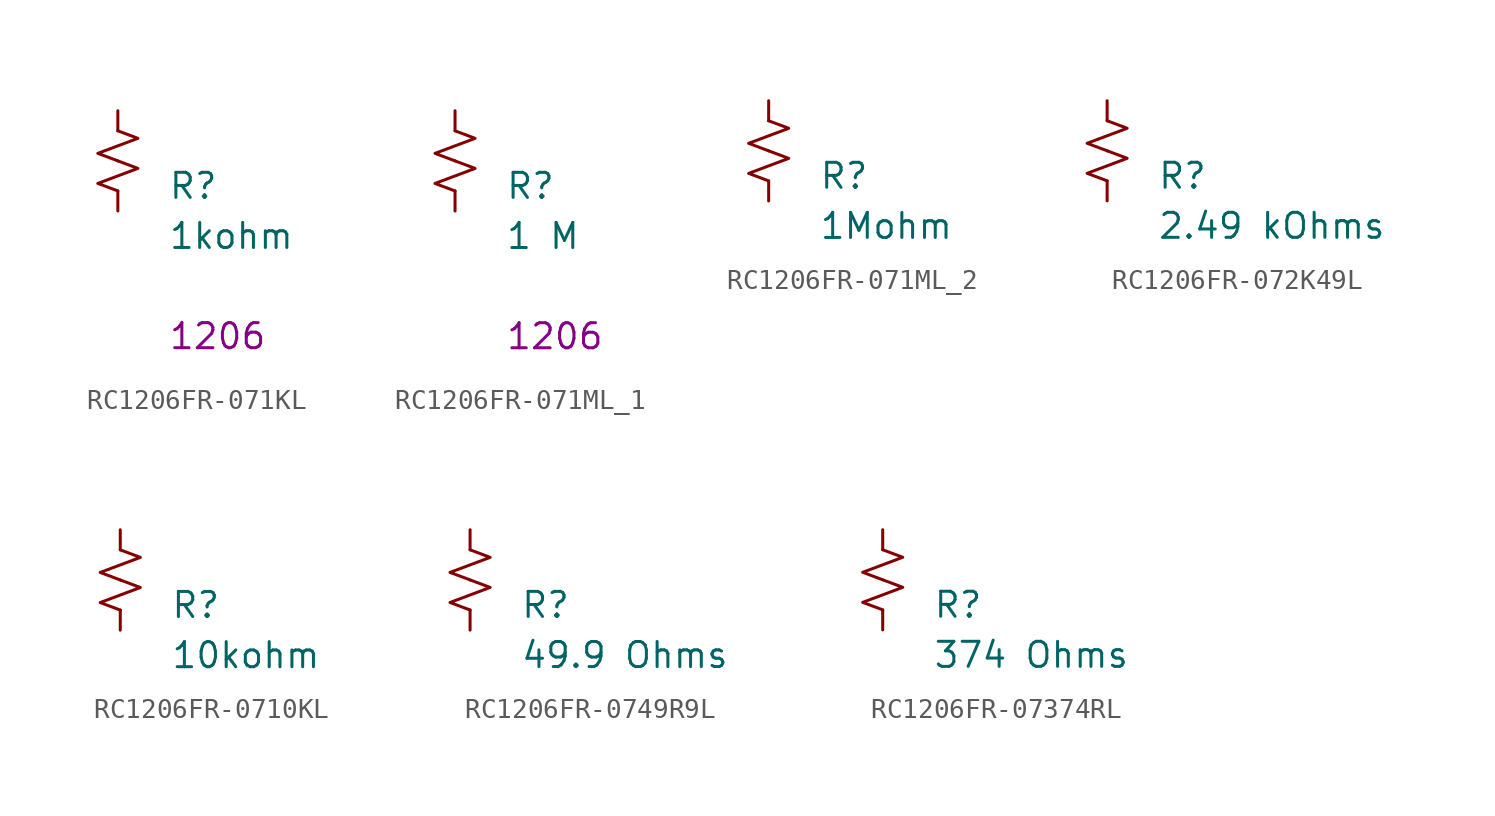
<source format=kicad_sym>
(kicad_symbol_lib
  (version 20231120)
  (generator "kicad_symbol_editor")
  (generator_version "8.0")
  (symbol "RC1206FR-071KL"
    (pin_numbers hide)
    (pin_names
      (offset 0.254) hide)
    (property "Reference" "R"
      (at 2.54 -1.27 0)
      (effects (font (size 1.27 1.27)) (justify left)))
    (property "Value" "1kohm"
      (at 2.54 -3.81 0)
      (effects (font (size 1.27 1.27)) (justify left)))
    (property "Chip Set" "1206"
      (at 2.54 -8.89 0)
      (effects (font (size 1.27 1.27)) (justify left)))
    (symbol "RC1206FR-071KL_1_1"
      (polyline (pts (xy 0 0) (xy 1.016 -0.381) (xy 0 -0.762) (xy -1.016 -1.143) (xy 0 -1.524)) (stroke (width 0) (type default)) (fill (type none)))
      (polyline (pts (xy 0 1.524) (xy 1.016 1.143) (xy 0 0.762) (xy -1.016 0.381) (xy 0 0)) (stroke (width 0) (type default)) (fill (type none)))
      (pin passive line (at 0 2.54 270) (length 1.016) (name "~" (effects (font (size 1.27 1.27)))) (number "1" (effects (font (size 1.27 1.27)))))
      (pin passive line (at 0 -2.54 90) (length 1.016) (name "~" (effects (font (size 1.27 1.27)))) (number "2" (effects (font (size 1.27 1.27)))))))
  (symbol "RC1206FR-071ML_1"
    (pin_numbers hide)
    (pin_names
      (offset 0.254) hide)
    (property "Reference" "R"
      (at 2.54 -1.27 0)
      (effects (font (size 1.27 1.27)) (justify left)))
    (property "Value" "1 M"
      (at 2.54 -3.81 0)
      (effects (font (size 1.27 1.27)) (justify left)))
    (property "Chip Set" "1206"
      (at 2.54 -8.89 0)
      (effects (font (size 1.27 1.27)) (justify left)))
    (symbol "RC1206FR-071ML_1_1_1"
      (polyline (pts (xy 0 0) (xy 1.016 -0.381) (xy 0 -0.762) (xy -1.016 -1.143) (xy 0 -1.524)) (stroke (width 0) (type default)) (fill (type none)))
      (polyline (pts (xy 0 1.524) (xy 1.016 1.143) (xy 0 0.762) (xy -1.016 0.381) (xy 0 0)) (stroke (width 0) (type default)) (fill (type none)))
      (pin passive line (at 0 2.54 270) (length 1.016) (name "~" (effects (font (size 1.27 1.27)))) (number "1" (effects (font (size 1.27 1.27)))))
      (pin passive line (at 0 -2.54 90) (length 1.016) (name "~" (effects (font (size 1.27 1.27)))) (number "2" (effects (font (size 1.27 1.27)))))))
  (symbol "RC1206FR-071ML_2"
    (pin_numbers hide)
    (pin_names
      (offset 0.254) hide)
    (property "Reference" "R"
      (at 2.54 -1.27 0)
      (effects (font (size 1.27 1.27)) (justify left)))
    (property "Value" "1Mohm"
      (at 2.54 -3.81 0)
      (effects (font (size 1.27 1.27)) (justify left)))
    (symbol "RC1206FR-071ML_2_1_1"
      (polyline (pts (xy 0 0) (xy 1.016 -0.381) (xy 0 -0.762) (xy -1.016 -1.143) (xy 0 -1.524)) (stroke (width 0) (type default)) (fill (type none)))
      (polyline (pts (xy 0 1.524) (xy 1.016 1.143) (xy 0 0.762) (xy -1.016 0.381) (xy 0 0)) (stroke (width 0) (type default)) (fill (type none)))
      (pin passive line (at 0 2.54 270) (length 1.016) (name "~" (effects (font (size 1.27 1.27)))) (number "1" (effects (font (size 1.27 1.27)))))
      (pin passive line (at 0 -2.54 90) (length 1.016) (name "~" (effects (font (size 1.27 1.27)))) (number "2" (effects (font (size 1.27 1.27)))))))
  (symbol "RC1206FR-072K49L"
    (pin_numbers hide)
    (pin_names
      (offset 0.254) hide)
    (property "Reference" "R"
      (at 2.54 -1.27 0)
      (effects (font (size 1.27 1.27)) (justify left)))
    (property "Value" "2.49 kOhms"
      (at 2.54 -3.81 0)
      (effects (font (size 1.27 1.27)) (justify left)))
    (symbol "RC1206FR-072K49L_1_1"
      (polyline (pts (xy 0 0) (xy 1.016 -0.381) (xy 0 -0.762) (xy -1.016 -1.143) (xy 0 -1.524)) (stroke (width 0) (type default)) (fill (type none)))
      (polyline (pts (xy 0 1.524) (xy 1.016 1.143) (xy 0 0.762) (xy -1.016 0.381) (xy 0 0)) (stroke (width 0) (type default)) (fill (type none)))
      (pin passive line (at 0 2.54 270) (length 1.016) (name "~" (effects (font (size 1.27 1.27)))) (number "1" (effects (font (size 1.27 1.27)))))
      (pin passive line (at 0 -2.54 90) (length 1.016) (name "~" (effects (font (size 1.27 1.27)))) (number "2" (effects (font (size 1.27 1.27)))))))
  (symbol "RC1206FR-0710KL"
    (pin_numbers hide)
    (pin_names
      (offset 0.254) hide)
    (property "Reference" "R"
      (at 2.54 -1.27 0)
      (effects (font (size 1.27 1.27)) (justify left)))
    (property "Value" "10kohm"
      (at 2.54 -3.81 0)
      (effects (font (size 1.27 1.27)) (justify left)))
    (symbol "RC1206FR-0710KL_1_1"
      (polyline (pts (xy 0 0) (xy 1.016 -0.381) (xy 0 -0.762) (xy -1.016 -1.143) (xy 0 -1.524)) (stroke (width 0) (type default)) (fill (type none)))
      (polyline (pts (xy 0 1.524) (xy 1.016 1.143) (xy 0 0.762) (xy -1.016 0.381) (xy 0 0)) (stroke (width 0) (type default)) (fill (type none)))
      (pin passive line (at 0 2.54 270) (length 1.016) (name "~" (effects (font (size 1.27 1.27)))) (number "1" (effects (font (size 1.27 1.27)))))
      (pin passive line (at 0 -2.54 90) (length 1.016) (name "~" (effects (font (size 1.27 1.27)))) (number "2" (effects (font (size 1.27 1.27)))))))
  (symbol "RC1206FR-0749R9L"
    (pin_numbers hide)
    (pin_names
      (offset 0.254) hide)
    (property "Reference" "R"
      (at 2.54 -1.27 0)
      (effects (font (size 1.27 1.27)) (justify left)))
    (property "Value" "49.9 Ohms"
      (at 2.54 -3.81 0)
      (effects (font (size 1.27 1.27)) (justify left)))
    (symbol "RC1206FR-0749R9L_1_1"
      (polyline (pts (xy 0 0) (xy 1.016 -0.381) (xy 0 -0.762) (xy -1.016 -1.143) (xy 0 -1.524)) (stroke (width 0) (type default)) (fill (type none)))
      (polyline (pts (xy 0 1.524) (xy 1.016 1.143) (xy 0 0.762) (xy -1.016 0.381) (xy 0 0)) (stroke (width 0) (type default)) (fill (type none)))
      (pin passive line (at 0 2.54 270) (length 1.016) (name "~" (effects (font (size 1.27 1.27)))) (number "1" (effects (font (size 1.27 1.27)))))
      (pin passive line (at 0 -2.54 90) (length 1.016) (name "~" (effects (font (size 1.27 1.27)))) (number "2" (effects (font (size 1.27 1.27)))))))
  (symbol "RC1206FR-07374RL"
    (pin_numbers hide)
    (pin_names
      (offset 0.254) hide)
    (property "Reference" "R"
      (at 2.54 -1.27 0)
      (effects (font (size 1.27 1.27)) (justify left)))
    (property "Value" "374 Ohms"
      (at 2.54 -3.81 0)
      (effects (font (size 1.27 1.27)) (justify left)))
    (symbol "RC1206FR-07374RL_1_1"
      (polyline (pts (xy 0 0) (xy 1.016 -0.381) (xy 0 -0.762) (xy -1.016 -1.143) (xy 0 -1.524)) (stroke (width 0) (type default)) (fill (type none)))
      (polyline (pts (xy 0 1.524) (xy 1.016 1.143) (xy 0 0.762) (xy -1.016 0.381) (xy 0 0)) (stroke (width 0) (type default)) (fill (type none)))
      (pin passive line (at 0 2.54 270) (length 1.016) (name "~" (effects (font (size 1.27 1.27)))) (number "1" (effects (font (size 1.27 1.27)))))
      (pin passive line (at 0 -2.54 90) (length 1.016) (name "~" (effects (font (size 1.27 1.27)))) (number "2" (effects (font (size 1.27 1.27))))))))
</source>
